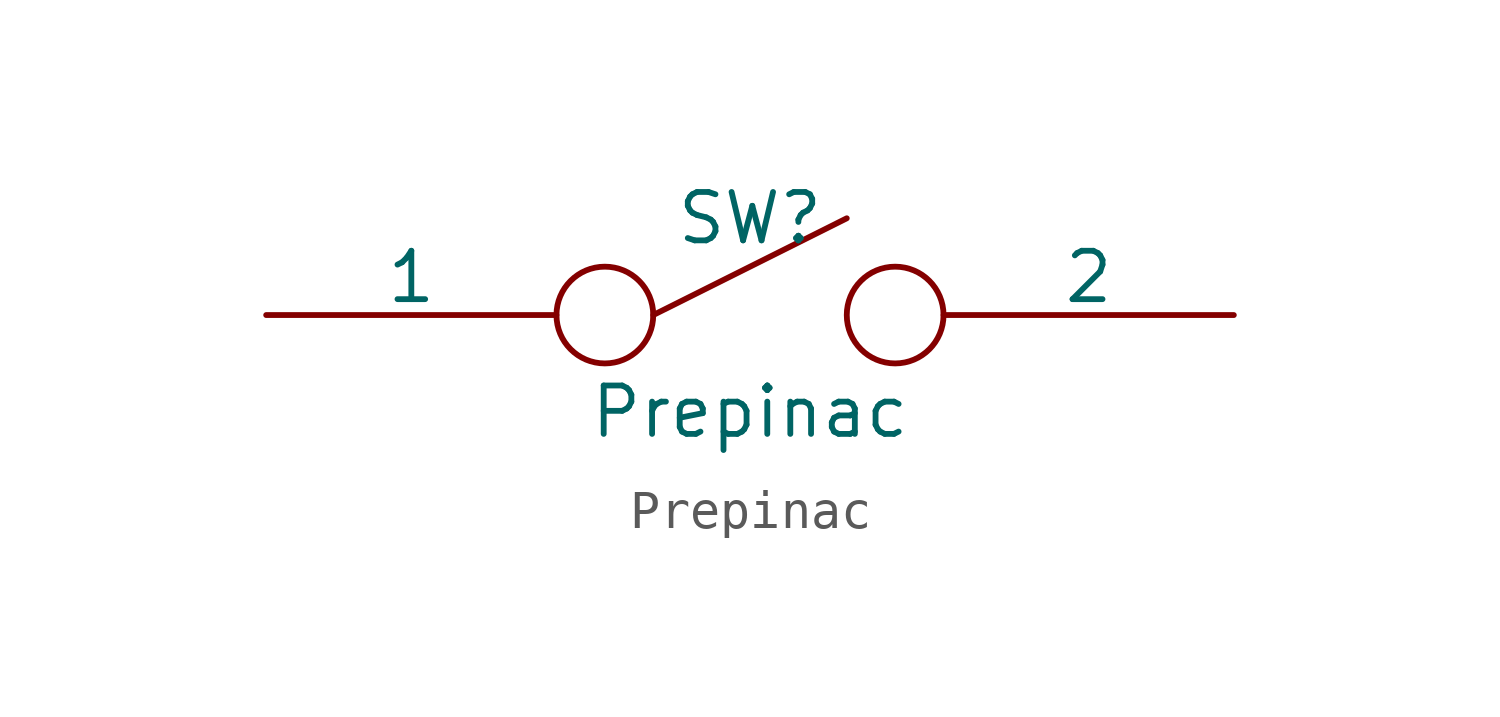
<source format=kicad_sym>
(kicad_symbol_lib
  (version 20220914)
  (generator kicad_symbol_editor)
  (symbol "Prepinac"
    (pin_numbers hide)
    (pin_names
      (offset 0))
    (property "Reference" "SW"
      (at 0 2.54 0)
      (effects (font (size 1.27 1.27))))
    (property "Value" "Prepinac"
      (at 0 -2.54 0)
      (effects (font (size 1.27 1.27))))
    (property "Footprint" ""
      (at 0 0 0)
      (effects (font (size 1.27 1.27))))
    (property "Datasheet" ""
      (at 0 0 0)
      (effects (font (size 1.27 1.27))))
    (symbol "Prepinac_0_0"
      (circle (center -3.81 0) (radius 1.27) (stroke (width 0) (type default)) (fill (type none)))
      (polyline (pts (xy -2.54 0) (xy 2.54 2.54)) (stroke (width 0) (type default)) (fill (type none)))
      (circle (center 3.81 0) (radius 1.27) (stroke (width 0) (type default)) (fill (type none))))
    (symbol "Prepinac_1_1"
      (pin input line (at -12.7 0 0) (length 7.62) (name "1" (effects (font (size 1.27 1.27)))) (number "1" (effects (font (size 1.27 1.27)))))
      (pin input line (at 12.7 0 180) (length 7.62) (name "2" (effects (font (size 1.27 1.27)))) (number "2" (effects (font (size 1.27 1.27))))))))
</source>
